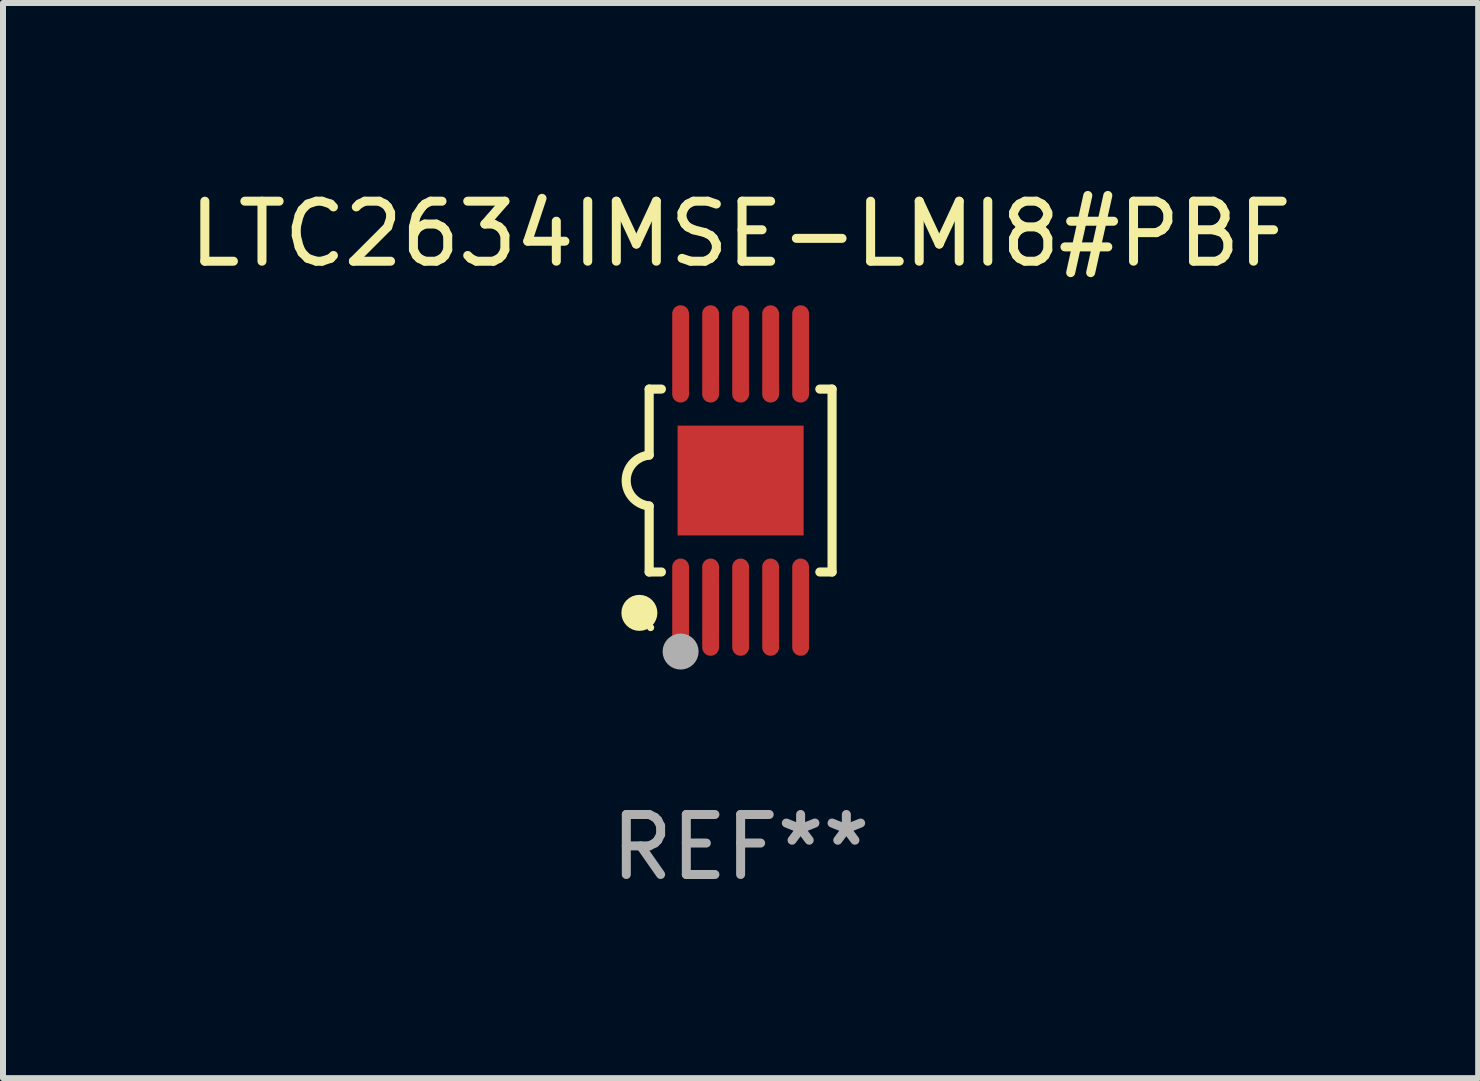
<source format=kicad_pcb>
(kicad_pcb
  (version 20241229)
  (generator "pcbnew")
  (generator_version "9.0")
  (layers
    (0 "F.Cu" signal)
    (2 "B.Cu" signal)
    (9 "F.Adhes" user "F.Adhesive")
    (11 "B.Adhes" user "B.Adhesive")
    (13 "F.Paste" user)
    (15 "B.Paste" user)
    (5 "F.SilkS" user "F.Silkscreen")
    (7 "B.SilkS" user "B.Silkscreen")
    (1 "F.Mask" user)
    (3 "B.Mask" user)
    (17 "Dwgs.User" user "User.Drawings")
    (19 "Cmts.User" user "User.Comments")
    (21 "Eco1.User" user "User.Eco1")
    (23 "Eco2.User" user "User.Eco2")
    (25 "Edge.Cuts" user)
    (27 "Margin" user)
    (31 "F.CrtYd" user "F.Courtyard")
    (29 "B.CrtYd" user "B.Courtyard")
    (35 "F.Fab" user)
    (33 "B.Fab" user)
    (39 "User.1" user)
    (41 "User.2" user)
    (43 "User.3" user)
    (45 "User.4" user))
  (footprint "LTC2634IMSE-LMI8#PBF"
    (layer "F.Cu")
    (at 9.292 4.958)
    (property "Reference" "LTC2634IMSE-LMI8#PBF" (at 0 -4.11 0) (layer "F.SilkS") (effects (font (size 1 1) (thickness 0.15))))
    (attr through_hole)
    (fp_line (start -1.524 -1.524) (end -1.524 -0.424) (stroke (width 0.152) (type solid)) (layer "F.SilkS"))
    (fp_line (start -1.524 1.524) (end -1.524 0.424) (stroke (width 0.152) (type solid)) (layer "F.SilkS"))
    (fp_line (start -1.524 1.524) (end -1.32 1.524) (stroke (width 0.152) (type solid)) (layer "F.SilkS"))
    (fp_line (start -1.32 -1.524) (end -1.524 -1.524) (stroke (width 0.152) (type solid)) (layer "F.SilkS"))
    (fp_line (start 1.32 1.524) (end 1.524 1.524) (stroke (width 0.152) (type solid)) (layer "F.SilkS"))
    (fp_line (start 1.524 -1.524) (end 1.32 -1.524) (stroke (width 0.152) (type solid)) (layer "F.SilkS"))
    (fp_line (start 1.524 1.524) (end 1.524 -1.524) (stroke (width 0.152) (type solid)) (layer "F.SilkS"))
    (fp_arc (start -1.524003 0.424003) (mid -1.906663 -0.000089) (end -1.524004 -0.424181) (stroke (width 0.151994) (type solid)) (layer "F.SilkS"))
    (fp_circle (center -1.687 2.205) (end -1.537 2.205) (stroke (width 0.3) (type solid)) (fill no) (layer "F.SilkS"))
    (fp_circle (center -1.5 2.45) (end -1.47 2.45) (stroke (width 0.06) (type solid)) (fill no) (layer "F.SilkS"))
    (fp_circle (center -1 2.85) (end -0.85 2.85) (stroke (width 0.3) (type solid)) (fill no) (layer "F.Fab"))
    (fp_text user "REF**" (at 0 6.11 0) (layer "F.Fab") (effects (font (size 1 1) (thickness 0.15))))
    (pad "1" smd oval (at -1 2.11) (size 0.28 1.62) (layers "F.Cu" "F.Mask" "F.Paste"))
    (pad "2" smd oval (at -0.5 2.11) (size 0.28 1.62) (layers "F.Cu" "F.Mask" "F.Paste"))
    (pad "3" smd oval (at 0 2.11) (size 0.28 1.62) (layers "F.Cu" "F.Mask" "F.Paste"))
    (pad "4" smd oval (at 0.5 2.11) (size 0.28 1.62) (layers "F.Cu" "F.Mask" "F.Paste"))
    (pad "5" smd oval (at 1 2.11) (size 0.28 1.62) (layers "F.Cu" "F.Mask" "F.Paste"))
    (pad "6" smd oval (at 1 -2.11) (size 0.28 1.62) (layers "F.Cu" "F.Mask" "F.Paste"))
    (pad "7" smd oval (at 0.5 -2.11) (size 0.28 1.62) (layers "F.Cu" "F.Mask" "F.Paste"))
    (pad "8" smd oval (at 0 -2.11) (size 0.28 1.62) (layers "F.Cu" "F.Mask" "F.Paste"))
    (pad "9" smd oval (at -0.5 -2.11) (size 0.28 1.62) (layers "F.Cu" "F.Mask" "F.Paste"))
    (pad "10" smd oval (at -1 -2.11) (size 0.28 1.62) (layers "F.Cu" "F.Mask" "F.Paste"))
    (pad "11" smd rect (at 0 0) (size 2.1 1.83) (layers "F.Cu" "F.Mask" "F.Paste")))
  (gr_rect
    (start -3 -3)
    (end 21.583 14.916)
    (stroke (width 0.1) (type default))
    (fill no)
    (layer "Edge.Cuts")))
</source>
